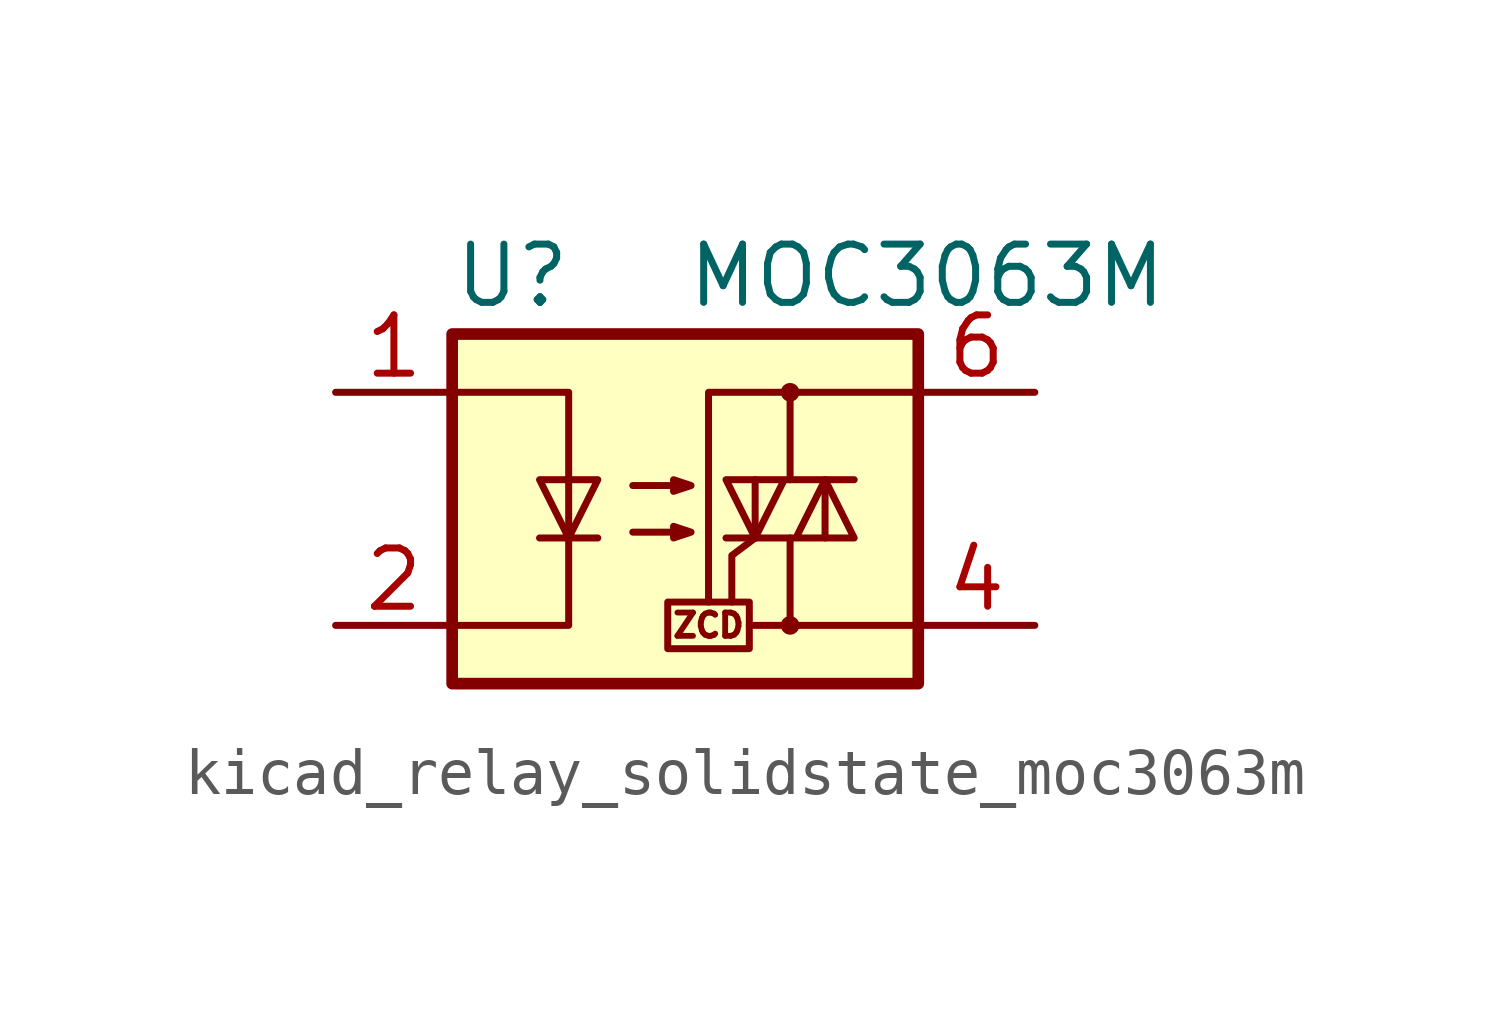
<source format=kicad_sym>
(kicad_symbol_lib
  (version 20220914)
  (generator kicad_symbol_editor)
  (symbol "kicad_relay_solidstate_moc3063m"
    (property "Reference" "U"
      (at -5.08 5.08 0)
      (effects (font (size 1.27 1.27)) (justify left)))
    (property "Value" "MOC3063M"
      (at 0 5.08 0)
      (effects (font (size 1.27 1.27)) (justify left)))
    (symbol "kicad_relay_solidstate_moc3063m_0_0"
      (rectangle (start -0.381 -2.032) (end 1.397 -3.048) (stroke (width 0) (type default)) (fill (type none)))
      (polyline (pts (xy 2.286 -2.54) (xy 1.397 -2.54)) (stroke (width 0) (type default)) (fill (type none)))
      (polyline (pts (xy 1.524 -0.635) (xy 1.016 -1.016) (xy 1.016 -2.032)) (stroke (width 0) (type default)) (fill (type none)))
      (text "ZCD" (at 0.508 -2.54 0) (effects (font (size 0.508 0.508)))))
    (symbol "kicad_relay_solidstate_moc3063m_0_1"
      (rectangle (start -5.08 3.81) (end 5.08 -3.81) (stroke (width 0.254) (type default)) (fill (type background)))
      (polyline (pts (xy -3.175 -0.635) (xy -1.905 -0.635)) (stroke (width 0) (type default)) (fill (type none)))
      (polyline (pts (xy 1.524 -0.635) (xy 1.524 0.635)) (stroke (width 0) (type default)) (fill (type none)))
      (polyline (pts (xy 3.048 0.635) (xy 3.048 -0.635)) (stroke (width 0) (type default)) (fill (type none)))
      (polyline (pts (xy 2.286 -0.635) (xy 2.286 -2.54) (xy 5.08 -2.54)) (stroke (width 0) (type default)) (fill (type none)))
      (polyline (pts (xy 2.286 0.635) (xy 2.286 2.54) (xy 5.08 2.54)) (stroke (width 0) (type default)) (fill (type none)))
      (polyline (pts (xy 2.286 2.54) (xy 0.508 2.54) (xy 0.508 -2.032)) (stroke (width 0) (type default)) (fill (type none)))
      (polyline (pts (xy -5.08 2.54) (xy -2.54 2.54) (xy -2.54 -2.54) (xy -5.08 -2.54)) (stroke (width 0) (type default)) (fill (type none)))
      (polyline (pts (xy -2.54 -0.635) (xy -3.175 0.635) (xy -1.905 0.635) (xy -2.54 -0.635)) (stroke (width 0) (type default)) (fill (type none)))
      (polyline (pts (xy 0.889 -0.635) (xy 3.683 -0.635) (xy 3.048 0.635) (xy 2.413 -0.635)) (stroke (width 0) (type default)) (fill (type none)))
      (polyline (pts (xy 3.683 0.635) (xy 0.889 0.635) (xy 1.524 -0.635) (xy 2.159 0.635)) (stroke (width 0) (type default)) (fill (type none)))
      (polyline (pts (xy -1.143 -0.508) (xy 0.127 -0.508) (xy -0.254 -0.635) (xy -0.254 -0.381) (xy 0.127 -0.508)) (stroke (width 0) (type default)) (fill (type none)))
      (polyline (pts (xy -1.143 0.508) (xy 0.127 0.508) (xy -0.254 0.381) (xy -0.254 0.635) (xy 0.127 0.508)) (stroke (width 0) (type default)) (fill (type none)))
      (circle (center 2.286 -2.54) (radius 0.127) (stroke (width 0) (type default)) (fill (type none)))
      (circle (center 2.286 2.54) (radius 0.127) (stroke (width 0) (type default)) (fill (type none))))
    (symbol "kicad_relay_solidstate_moc3063m_1_1"
      (pin passive line (at -7.62 2.54 0) (length 2.54) (name "~" (effects (font (size 1.27 1.27)))) (number "1" (effects (font (size 1.27 1.27)))))
      (pin passive line (at -7.62 -2.54 0) (length 2.54) (name "~" (effects (font (size 1.27 1.27)))) (number "2" (effects (font (size 1.27 1.27)))))
      (pin no_connect line (at -5.08 0 0) (length 2.54) hide (name "NC" (effects (font (size 1.27 1.27)))) (number "3" (effects (font (size 1.27 1.27)))))
      (pin passive line (at 7.62 -2.54 180) (length 2.54) (name "~" (effects (font (size 1.27 1.27)))) (number "4" (effects (font (size 1.27 1.27)))))
      (pin no_connect line (at 5.08 0 180) (length 2.54) hide (name "NC" (effects (font (size 1.27 1.27)))) (number "5" (effects (font (size 1.27 1.27)))))
      (pin passive line (at 7.62 2.54 180) (length 2.54) (name "~" (effects (font (size 1.27 1.27)))) (number "6" (effects (font (size 1.27 1.27))))))))
</source>
